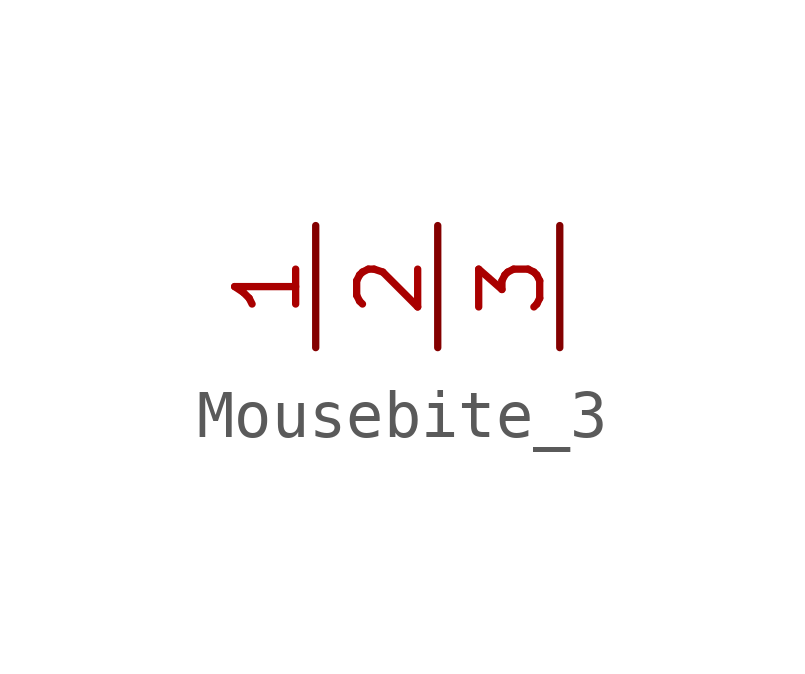
<source format=kicad_sym>
(kicad_symbol_lib
  (version 20231120)
  (generator "kicad_symbol_editor")
  (generator_version "8.0")
  (symbol "Mousebite_3"
    (property "Reference" "U"
      (at 0 0 0)
      (effects (font (size 1.27 1.27)) (hide yes)))
    (property "Value" ""
      (at 0 0 0)
      (effects (font (size 1.27 1.27))))
    (symbol "Mousebite_3_1_1"
      (pin passive line (at -2.54 2.54 270) (length 2.54) (name "" (effects (font (size 1.27 1.27)))) (number "1" (effects (font (size 1.27 1.27)))))
      (pin passive line (at 0 2.54 270) (length 2.54) (name "" (effects (font (size 1.27 1.27)))) (number "2" (effects (font (size 1.27 1.27)))))
      (pin passive line (at 2.54 2.54 270) (length 2.54) (name "" (effects (font (size 1.27 1.27)))) (number "3" (effects (font (size 1.27 1.27))))))))
</source>
